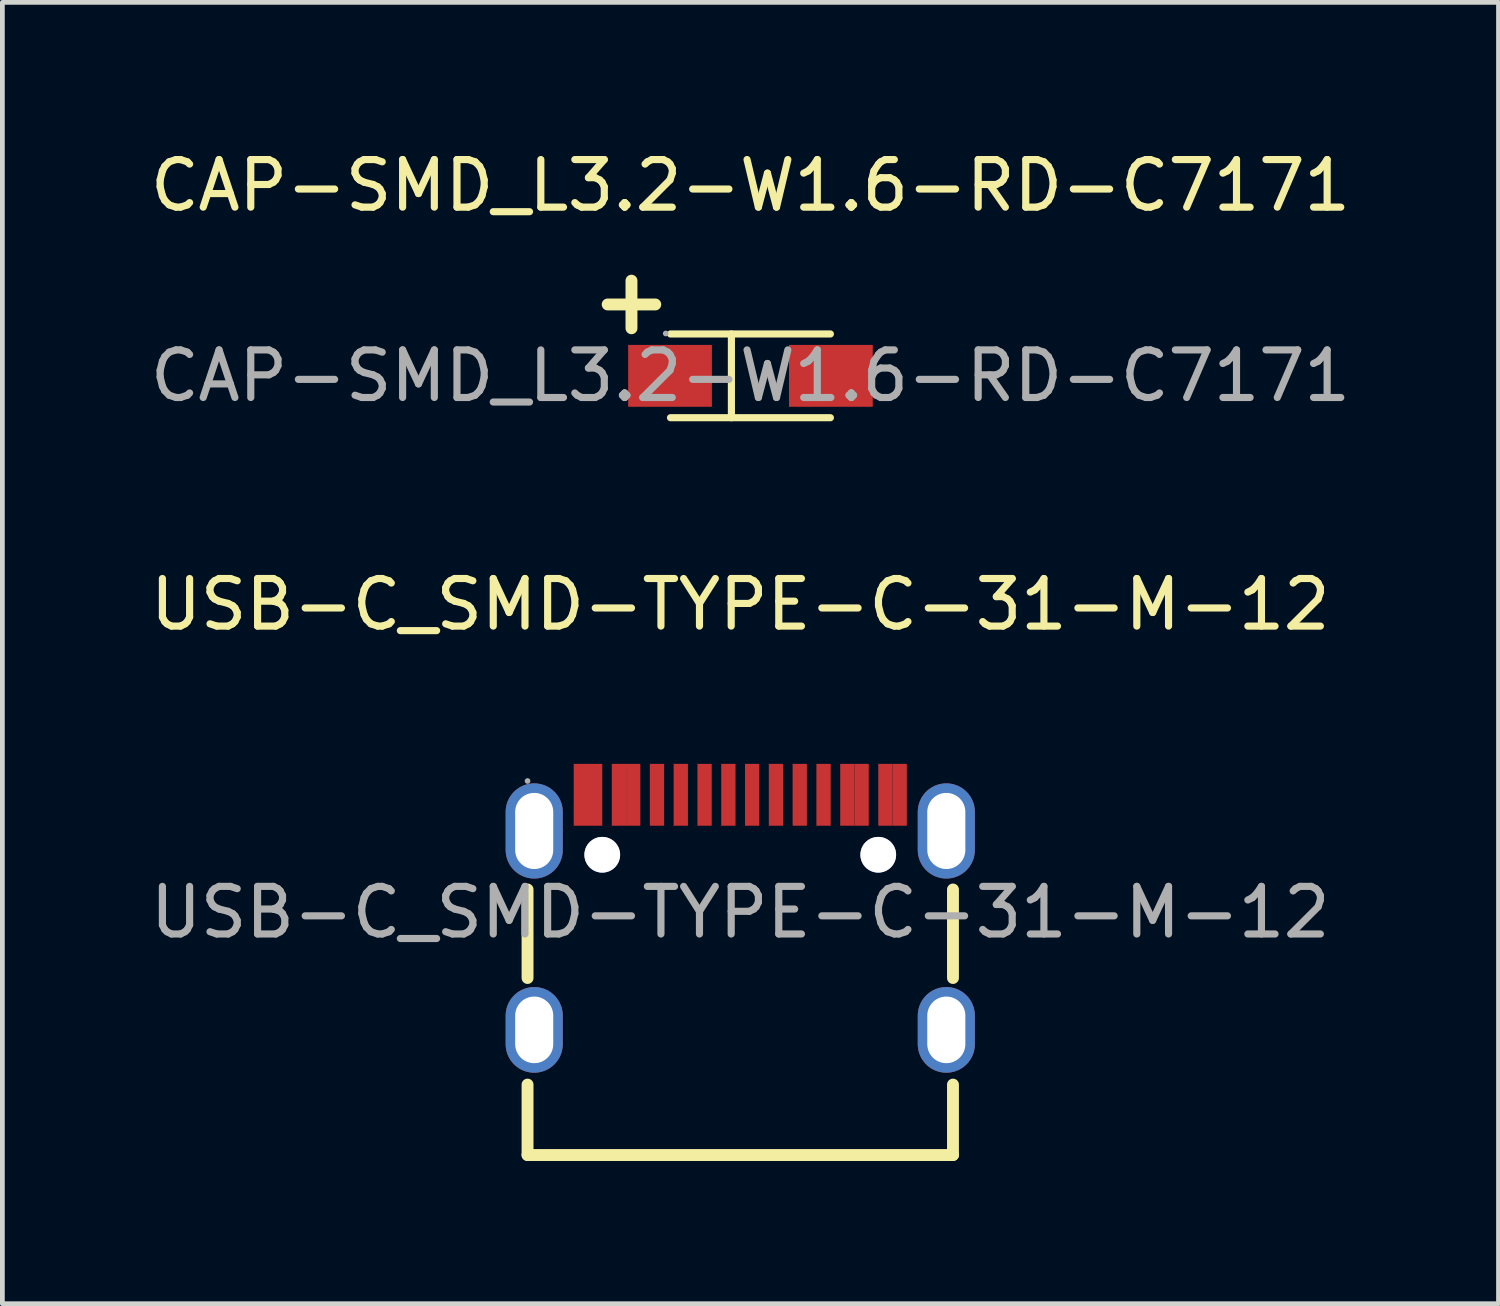
<source format=kicad_pcb>
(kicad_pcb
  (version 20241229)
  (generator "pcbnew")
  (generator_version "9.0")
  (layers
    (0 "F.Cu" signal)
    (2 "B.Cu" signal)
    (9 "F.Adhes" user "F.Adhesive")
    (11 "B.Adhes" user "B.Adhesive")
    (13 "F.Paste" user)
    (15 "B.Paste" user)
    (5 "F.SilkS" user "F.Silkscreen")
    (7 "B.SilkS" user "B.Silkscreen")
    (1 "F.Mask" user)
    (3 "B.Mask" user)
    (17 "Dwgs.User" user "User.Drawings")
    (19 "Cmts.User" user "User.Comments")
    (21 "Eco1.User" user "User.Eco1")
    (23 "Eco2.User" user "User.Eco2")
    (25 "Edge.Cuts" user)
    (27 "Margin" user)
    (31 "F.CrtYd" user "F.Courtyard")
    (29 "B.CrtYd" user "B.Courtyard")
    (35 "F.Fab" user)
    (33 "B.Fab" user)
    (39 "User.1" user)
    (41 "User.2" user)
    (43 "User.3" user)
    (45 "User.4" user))
  (footprint "CAP-SMD_L3.2-W1.6-RD-C7171"
    (layer "F.Cu")
    (at 12.72 4.848)
    (property "Reference" "CAP-SMD_L3.2-W1.6-RD-C7171" (at 0 -4 0) (layer "F.SilkS") (effects (font (size 1 1) (thickness 0.15))))
    (attr smd)
    (fp_line (start -3 -1.5) (end -2 -1.5) (stroke (width 0.25) (type solid)) (layer "F.SilkS"))
    (fp_line (start -2.5 -2) (end -2.5 -1) (stroke (width 0.25) (type solid)) (layer "F.SilkS"))
    (fp_line (start -0.4 0.88) (end -0.4 -0.88) (stroke (width 0.15) (type solid)) (layer "F.SilkS"))
    (fp_line (start 1.68 -0.88) (end -1.68 -0.88) (stroke (width 0.15) (type solid)) (layer "F.SilkS"))
    (fp_line (start 1.68 0.88) (end -1.68 0.88) (stroke (width 0.15) (type solid)) (layer "F.SilkS"))
    (fp_circle (center -1.78 -0.89) (end -1.75 -0.89) (stroke (width 0.06) (type solid)) (fill no) (layer "F.Fab"))
    (fp_text user "${REFERENCE}" (at 0 0 0) (layer "F.Fab") (effects (font (size 1 1) (thickness 0.15))))
    (pad "1" smd rect (at -1.69 0 180) (size 1.76 1.3) (layers "F.Cu" "F.Mask" "F.Paste"))
    (pad "2" smd rect (at 1.69 0 180) (size 1.76 1.3) (layers "F.Cu" "F.Mask" "F.Paste")))
  (footprint "USB-C_SMD-TYPE-C-31-M-12"
    (layer "F.Cu")
    (at 12.506 16.122)
    (property "Reference" "USB-C_SMD-TYPE-C-31-M-12" (at 0 -6.47 0) (layer "F.SilkS") (effects (font (size 1 1) (thickness 0.15))))
    (attr smd)
    (fp_line (start -4.47 1.38) (end -4.47 -0.48) (stroke (width 0.25) (type solid)) (layer "F.SilkS"))
    (fp_line (start -4.47 5.1) (end -4.47 3.62) (stroke (width 0.25) (type solid)) (layer "F.SilkS"))
    (fp_line (start 4.47 1.38) (end 4.47 -0.48) (stroke (width 0.25) (type solid)) (layer "F.SilkS"))
    (fp_line (start 4.47 5.1) (end -4.47 5.1) (stroke (width 0.25) (type solid)) (layer "F.SilkS"))
    (fp_line (start 4.47 5.1) (end 4.47 3.62) (stroke (width 0.25) (type solid)) (layer "F.SilkS"))
    (fp_circle (center -2.9 -1.21) (end -2.78 -1.21) (stroke (width 0.25) (type solid)) (fill no) (layer "Cmts.User"))
    (fp_circle (center 2.9 -1.21) (end 3.02 -1.21) (stroke (width 0.25) (type solid)) (fill no) (layer "Cmts.User"))
    (fp_circle (center -4.47 -2.76) (end -4.44 -2.76) (stroke (width 0.06) (type solid)) (fill no) (layer "F.Fab"))
    (fp_text user "${REFERENCE}" (at 0 0 0) (layer "F.Fab") (effects (font (size 1 1) (thickness 0.15))))
    (pad "" thru_hole circle (at -2.9 -1.21) (size 0.75 0.75) (drill 0.75) (layers "*.Cu" "*.Mask"))
    (pad "" thru_hole circle (at 2.9 -1.21) (size 0.75 0.75) (drill 0.75) (layers "*.Cu" "*.Mask"))
    (pad "0" thru_hole oval (at -4.33 -1.71) (size 1.2 2) (drill oval 0.8 1.6) (layers "*.Cu" "*.Paste" "*.Mask"))
    (pad "1" thru_hole oval (at 4.33 -1.71) (size 1.2 2) (drill oval 0.8 1.6) (layers "*.Cu" "*.Paste" "*.Mask"))
    (pad "2" thru_hole oval (at 4.33 2.47) (size 1.2 1.8) (drill oval 0.8 1.4) (layers "*.Cu" "*.Paste" "*.Mask"))
    (pad "3" thru_hole oval (at -4.33 2.47) (size 1.2 1.8) (drill oval 0.8 1.4) (layers "*.Cu" "*.Paste" "*.Mask"))
    (pad "A1" smd rect (at -3.35 -2.47) (size 0.3 1.3) (layers "F.Cu" "F.Mask" "F.Paste"))
    (pad "A4" smd rect (at -2.55 -2.47) (size 0.3 1.3) (layers "F.Cu" "F.Mask" "F.Paste"))
    (pad "A5" smd rect (at -1.25 -2.47) (size 0.3 1.3) (layers "F.Cu" "F.Mask" "F.Paste"))
    (pad "A6" smd rect (at -0.25 -2.47) (size 0.3 1.3) (layers "F.Cu" "F.Mask" "F.Paste"))
    (pad "A7" smd rect (at 0.25 -2.47) (size 0.3 1.3) (layers "F.Cu" "F.Mask" "F.Paste"))
    (pad "A8" smd rect (at 1.25 -2.47) (size 0.3 1.3) (layers "F.Cu" "F.Mask" "F.Paste"))
    (pad "A9" smd rect (at 2.55 -2.47) (size 0.3 1.3) (layers "F.Cu" "F.Mask" "F.Paste"))
    (pad "A12" smd rect (at 3.35 -2.47) (size 0.3 1.3) (layers "F.Cu" "F.Mask" "F.Paste"))
    (pad "B1" smd rect (at 3.05 -2.47) (size 0.3 1.3) (layers "F.Cu" "F.Mask" "F.Paste"))
    (pad "B4" smd rect (at 2.25 -2.47) (size 0.3 1.3) (layers "F.Cu" "F.Mask" "F.Paste"))
    (pad "B5" smd rect (at 1.75 -2.47) (size 0.3 1.3) (layers "F.Cu" "F.Mask" "F.Paste"))
    (pad "B6" smd rect (at 0.75 -2.47) (size 0.3 1.3) (layers "F.Cu" "F.Mask" "F.Paste"))
    (pad "B7" smd rect (at -0.75 -2.47) (size 0.3 1.3) (layers "F.Cu" "F.Mask" "F.Paste"))
    (pad "B8" smd rect (at -1.75 -2.47) (size 0.3 1.3) (layers "F.Cu" "F.Mask" "F.Paste"))
    (pad "B9" smd rect (at -2.25 -2.47) (size 0.3 1.3) (layers "F.Cu" "F.Mask" "F.Paste"))
    (pad "B12" smd rect (at -3.05 -2.47) (size 0.3 1.3) (layers "F.Cu" "F.Mask" "F.Paste")))
  (gr_rect
    (start -3 -3)
    (end 28.44 24.346)
    (stroke (width 0.1) (type default))
    (fill no)
    (layer "Edge.Cuts")))
</source>
